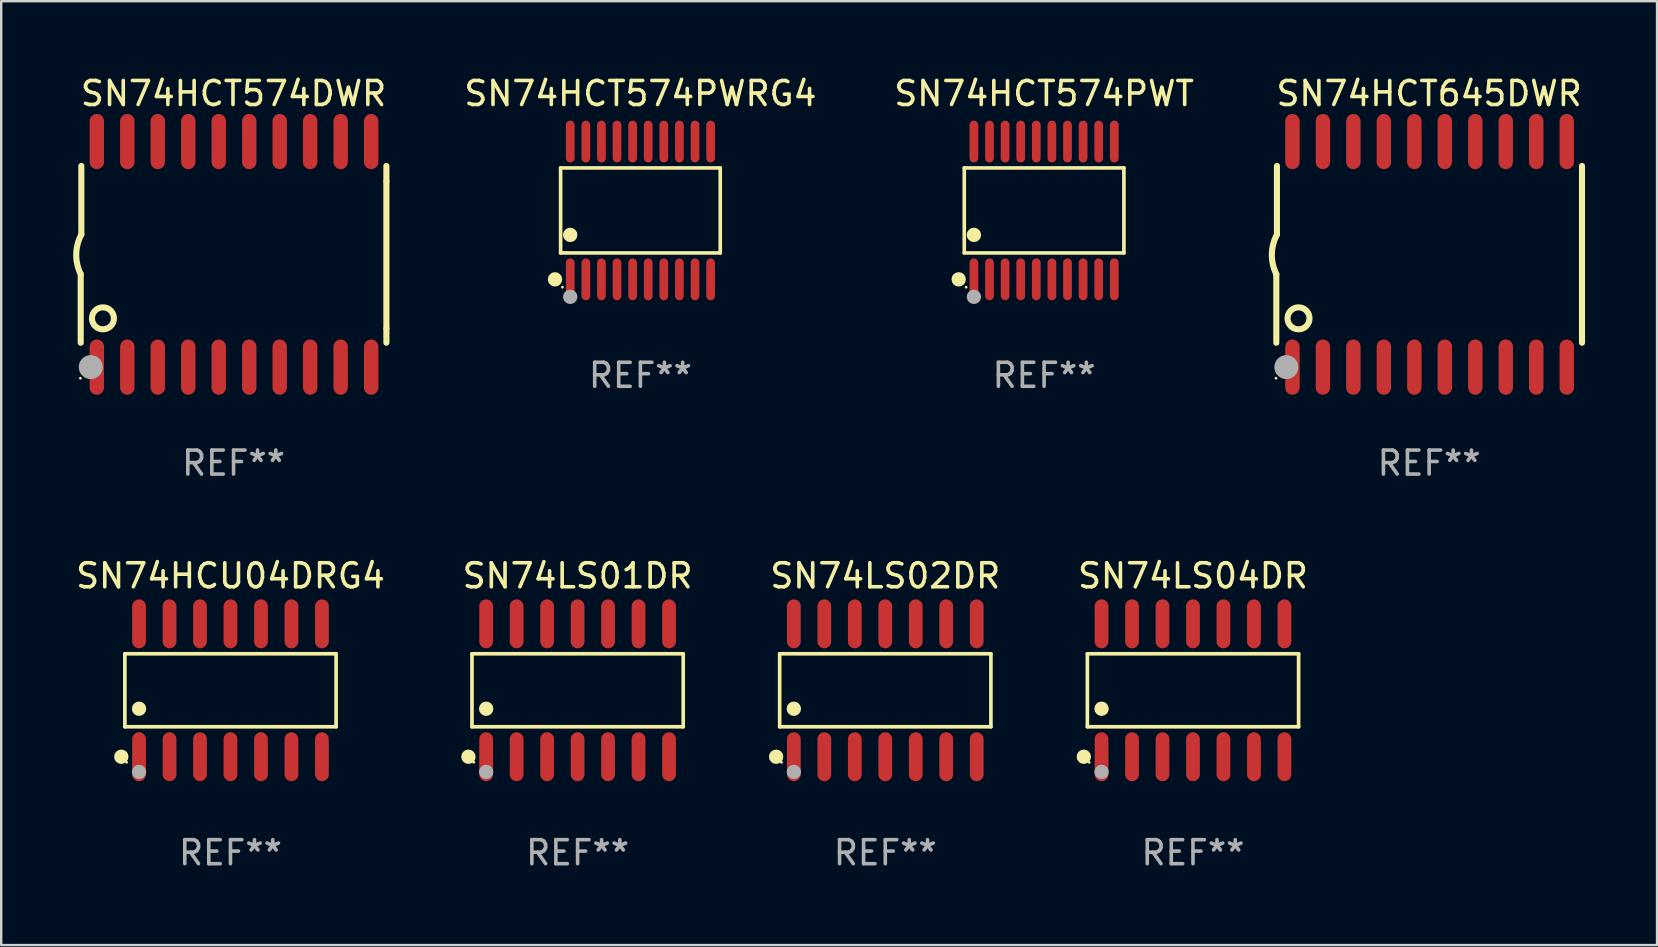
<source format=kicad_pcb>
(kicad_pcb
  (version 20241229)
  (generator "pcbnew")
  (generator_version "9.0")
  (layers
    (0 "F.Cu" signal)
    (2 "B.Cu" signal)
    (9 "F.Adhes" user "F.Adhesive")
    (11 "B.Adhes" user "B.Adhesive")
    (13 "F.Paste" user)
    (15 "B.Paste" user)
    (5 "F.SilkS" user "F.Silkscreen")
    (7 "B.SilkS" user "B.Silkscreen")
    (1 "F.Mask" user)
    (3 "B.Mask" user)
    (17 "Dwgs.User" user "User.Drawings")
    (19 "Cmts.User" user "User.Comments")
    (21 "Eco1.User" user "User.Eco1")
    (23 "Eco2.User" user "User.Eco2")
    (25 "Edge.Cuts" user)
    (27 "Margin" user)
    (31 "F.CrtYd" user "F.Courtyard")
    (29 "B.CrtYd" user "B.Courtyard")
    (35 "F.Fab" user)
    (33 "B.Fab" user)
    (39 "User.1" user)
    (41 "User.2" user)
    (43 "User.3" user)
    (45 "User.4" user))
  (footprint "SN74LS04DR"
    (layer "F.Cu")
    (at 46.661 25.714)
    (property "Reference" "SN74LS04DR" (at 0 -4.769 0) (layer "F.SilkS") (effects (font (size 1 1) (thickness 0.15))))
    (attr through_hole)
    (fp_line (start -4.401 -1.521) (end 4.401 -1.521) (stroke (width 0.152) (type solid)) (layer "F.SilkS"))
    (fp_line (start -4.401 1.521) (end -4.401 -1.521) (stroke (width 0.152) (type solid)) (layer "F.SilkS"))
    (fp_line (start 4.401 -1.521) (end 4.401 1.521) (stroke (width 0.152) (type solid)) (layer "F.SilkS"))
    (fp_line (start 4.401 1.521) (end -4.401 1.521) (stroke (width 0.152) (type solid)) (layer "F.SilkS"))
    (fp_circle (center -4.549 2.769) (end -4.399 2.769) (stroke (width 0.3) (type solid)) (fill no) (layer "F.SilkS"))
    (fp_circle (center -4.325 3) (end -4.295 3) (stroke (width 0.06) (type solid)) (fill no) (layer "F.SilkS"))
    (fp_circle (center -3.81 0.769) (end -3.66 0.769) (stroke (width 0.3) (type solid)) (fill no) (layer "F.SilkS"))
    (fp_circle (center -3.81 3.4) (end -3.66 3.4) (stroke (width 0.3) (type solid)) (fill no) (layer "F.Fab"))
    (fp_text user "REF**" (at 0 6.769 0) (layer "F.Fab") (effects (font (size 1 1) (thickness 0.15))))
    (pad "1" smd oval (at -3.81 2.769) (size 0.574 2.038) (layers "F.Cu" "F.Mask" "F.Paste"))
    (pad "2" smd oval (at -2.54 2.769) (size 0.574 2.038) (layers "F.Cu" "F.Mask" "F.Paste"))
    (pad "3" smd oval (at -1.27 2.769) (size 0.574 2.038) (layers "F.Cu" "F.Mask" "F.Paste"))
    (pad "4" smd oval (at 0 2.769) (size 0.574 2.038) (layers "F.Cu" "F.Mask" "F.Paste"))
    (pad "5" smd oval (at 1.27 2.769) (size 0.574 2.038) (layers "F.Cu" "F.Mask" "F.Paste"))
    (pad "6" smd oval (at 2.54 2.769) (size 0.574 2.038) (layers "F.Cu" "F.Mask" "F.Paste"))
    (pad "7" smd oval (at 3.81 2.769) (size 0.574 2.038) (layers "F.Cu" "F.Mask" "F.Paste"))
    (pad "8" smd oval (at 3.81 -2.769) (size 0.574 2.038) (layers "F.Cu" "F.Mask" "F.Paste"))
    (pad "9" smd oval (at 2.54 -2.769) (size 0.574 2.038) (layers "F.Cu" "F.Mask" "F.Paste"))
    (pad "10" smd oval (at 1.27 -2.769) (size 0.574 2.038) (layers "F.Cu" "F.Mask" "F.Paste"))
    (pad "11" smd oval (at 0 -2.769) (size 0.574 2.038) (layers "F.Cu" "F.Mask" "F.Paste"))
    (pad "12" smd oval (at -1.27 -2.769) (size 0.574 2.038) (layers "F.Cu" "F.Mask" "F.Paste"))
    (pad "13" smd oval (at -2.54 -2.769) (size 0.574 2.038) (layers "F.Cu" "F.Mask" "F.Paste"))
    (pad "14" smd oval (at -3.81 -2.769) (size 0.574 2.038) (layers "F.Cu" "F.Mask" "F.Paste")))
  (footprint "SN74HCT645DWR"
    (layer "F.Cu")
    (at 56.502 7.548)
    (property "Reference" "SN74HCT645DWR" (at 0 -6.7 0) (layer "F.SilkS") (effects (font (size 1 1) (thickness 0.15))))
    (attr through_hole)
    (fp_line (start -6.369 0.826) (end -6.369 3.683) (stroke (width 0.254) (type solid)) (layer "F.SilkS"))
    (fp_line (start -6.343 -0.825) (end -6.343 -3.683) (stroke (width 0.254) (type solid)) (layer "F.SilkS"))
    (fp_line (start 6.369 -3.048) (end 6.369 -3.683) (stroke (width 0.254) (type solid)) (layer "F.SilkS"))
    (fp_line (start 6.369 -3.048) (end 6.369 3.096) (stroke (width 0.254) (type solid)) (layer "F.SilkS"))
    (fp_line (start 6.369 3.096) (end 6.369 3.683) (stroke (width 0.254) (type solid)) (layer "F.SilkS"))
    (fp_arc (start -6.36853 0.825552) (mid -6.554743 -0.00301) (end -6.343129 -0.825451) (stroke (width 0.254001) (type solid)) (layer "F.SilkS"))
    (fp_circle (center -6.382 5.163) (end -6.352 5.163) (stroke (width 0.06) (type solid)) (fill no) (layer "F.SilkS"))
    (fp_circle (center -5.443 2.667) (end -4.985 2.667) (stroke (width 0.254) (type solid)) (fill no) (layer "F.SilkS"))
    (fp_circle (center -5.951 4.699) (end -5.701 4.699) (stroke (width 0.5) (type solid)) (fill no) (layer "F.Fab"))
    (fp_text user "REF**" (at 0 8.7 0) (layer "F.Fab") (effects (font (size 1 1) (thickness 0.15))))
    (pad "1" smd oval (at -5.697 4.7 180) (size 0.6 2.3) (layers "F.Cu" "F.Mask" "F.Paste"))
    (pad "2" smd oval (at -4.427 4.7 180) (size 0.6 2.3) (layers "F.Cu" "F.Mask" "F.Paste"))
    (pad "3" smd oval (at -3.157 4.7 180) (size 0.6 2.3) (layers "F.Cu" "F.Mask" "F.Paste"))
    (pad "4" smd oval (at -1.887 4.7 180) (size 0.6 2.3) (layers "F.Cu" "F.Mask" "F.Paste"))
    (pad "5" smd oval (at -0.617 4.7 180) (size 0.6 2.3) (layers "F.Cu" "F.Mask" "F.Paste"))
    (pad "6" smd oval (at 0.653 4.7 180) (size 0.6 2.3) (layers "F.Cu" "F.Mask" "F.Paste"))
    (pad "7" smd oval (at 1.923 4.7 180) (size 0.6 2.3) (layers "F.Cu" "F.Mask" "F.Paste"))
    (pad "8" smd oval (at 3.193 4.7 180) (size 0.6 2.3) (layers "F.Cu" "F.Mask" "F.Paste"))
    (pad "9" smd oval (at 4.463 4.7 180) (size 0.6 2.3) (layers "F.Cu" "F.Mask" "F.Paste"))
    (pad "10" smd oval (at 5.734 4.7 180) (size 0.6 2.3) (layers "F.Cu" "F.Mask" "F.Paste"))
    (pad "11" smd oval (at 5.734 -4.7 180) (size 0.6 2.3) (layers "F.Cu" "F.Mask" "F.Paste"))
    (pad "12" smd oval (at 4.463 -4.7 180) (size 0.6 2.3) (layers "F.Cu" "F.Mask" "F.Paste"))
    (pad "13" smd oval (at 3.193 -4.7 180) (size 0.6 2.3) (layers "F.Cu" "F.Mask" "F.Paste"))
    (pad "14" smd oval (at 1.923 -4.7 180) (size 0.6 2.3) (layers "F.Cu" "F.Mask" "F.Paste"))
    (pad "15" smd oval (at 0.653 -4.7 180) (size 0.6 2.3) (layers "F.Cu" "F.Mask" "F.Paste"))
    (pad "16" smd oval (at -0.617 -4.7 180) (size 0.6 2.3) (layers "F.Cu" "F.Mask" "F.Paste"))
    (pad "17" smd oval (at -1.887 -4.7 180) (size 0.6 2.3) (layers "F.Cu" "F.Mask" "F.Paste"))
    (pad "18" smd oval (at -3.157 -4.7 180) (size 0.6 2.3) (layers "F.Cu" "F.Mask" "F.Paste"))
    (pad "19" smd oval (at -4.427 -4.7 180) (size 0.6 2.3) (layers "F.Cu" "F.Mask" "F.Paste"))
    (pad "20" smd oval (at -5.697 -4.7 180) (size 0.6 2.3) (layers "F.Cu" "F.Mask" "F.Paste")))
  (footprint "SN74LS01DR"
    (layer "F.Cu")
    (at 21.018 25.714)
    (property "Reference" "SN74LS01DR" (at 0 -4.769 0) (layer "F.SilkS") (effects (font (size 1 1) (thickness 0.15))))
    (attr through_hole)
    (fp_line (start -4.401 -1.521) (end 4.401 -1.521) (stroke (width 0.152) (type solid)) (layer "F.SilkS"))
    (fp_line (start -4.401 1.521) (end -4.401 -1.521) (stroke (width 0.152) (type solid)) (layer "F.SilkS"))
    (fp_line (start 4.401 -1.521) (end 4.401 1.521) (stroke (width 0.152) (type solid)) (layer "F.SilkS"))
    (fp_line (start 4.401 1.521) (end -4.401 1.521) (stroke (width 0.152) (type solid)) (layer "F.SilkS"))
    (fp_circle (center -4.549 2.769) (end -4.399 2.769) (stroke (width 0.3) (type solid)) (fill no) (layer "F.SilkS"))
    (fp_circle (center -4.325 3) (end -4.295 3) (stroke (width 0.06) (type solid)) (fill no) (layer "F.SilkS"))
    (fp_circle (center -3.81 0.769) (end -3.66 0.769) (stroke (width 0.3) (type solid)) (fill no) (layer "F.SilkS"))
    (fp_circle (center -3.81 3.4) (end -3.66 3.4) (stroke (width 0.3) (type solid)) (fill no) (layer "F.Fab"))
    (fp_text user "REF**" (at 0 6.769 0) (layer "F.Fab") (effects (font (size 1 1) (thickness 0.15))))
    (pad "1" smd oval (at -3.81 2.769) (size 0.574 2.038) (layers "F.Cu" "F.Mask" "F.Paste"))
    (pad "2" smd oval (at -2.54 2.769) (size 0.574 2.038) (layers "F.Cu" "F.Mask" "F.Paste"))
    (pad "3" smd oval (at -1.27 2.769) (size 0.574 2.038) (layers "F.Cu" "F.Mask" "F.Paste"))
    (pad "4" smd oval (at 0 2.769) (size 0.574 2.038) (layers "F.Cu" "F.Mask" "F.Paste"))
    (pad "5" smd oval (at 1.27 2.769) (size 0.574 2.038) (layers "F.Cu" "F.Mask" "F.Paste"))
    (pad "6" smd oval (at 2.54 2.769) (size 0.574 2.038) (layers "F.Cu" "F.Mask" "F.Paste"))
    (pad "7" smd oval (at 3.81 2.769) (size 0.574 2.038) (layers "F.Cu" "F.Mask" "F.Paste"))
    (pad "8" smd oval (at 3.81 -2.769) (size 0.574 2.038) (layers "F.Cu" "F.Mask" "F.Paste"))
    (pad "9" smd oval (at 2.54 -2.769) (size 0.574 2.038) (layers "F.Cu" "F.Mask" "F.Paste"))
    (pad "10" smd oval (at 1.27 -2.769) (size 0.574 2.038) (layers "F.Cu" "F.Mask" "F.Paste"))
    (pad "11" smd oval (at 0 -2.769) (size 0.574 2.038) (layers "F.Cu" "F.Mask" "F.Paste"))
    (pad "12" smd oval (at -1.27 -2.769) (size 0.574 2.038) (layers "F.Cu" "F.Mask" "F.Paste"))
    (pad "13" smd oval (at -2.54 -2.769) (size 0.574 2.038) (layers "F.Cu" "F.Mask" "F.Paste"))
    (pad "14" smd oval (at -3.81 -2.769) (size 0.574 2.038) (layers "F.Cu" "F.Mask" "F.Paste")))
  (footprint "SN74HCT574PWRG4"
    (layer "F.Cu")
    (at 23.636 5.719)
    (property "Reference" "SN74HCT574PWRG4" (at 0 -4.871 0) (layer "F.SilkS") (effects (font (size 1 1) (thickness 0.15))))
    (attr through_hole)
    (fp_line (start -3.326 -1.771) (end 3.326 -1.771) (stroke (width 0.152) (type solid)) (layer "F.SilkS"))
    (fp_line (start -3.326 1.771) (end -3.326 -1.771) (stroke (width 0.152) (type solid)) (layer "F.SilkS"))
    (fp_line (start 3.326 -1.771) (end 3.326 1.771) (stroke (width 0.152) (type solid)) (layer "F.SilkS"))
    (fp_line (start 3.326 1.771) (end -3.326 1.771) (stroke (width 0.152) (type solid)) (layer "F.SilkS"))
    (fp_circle (center -3.559 2.871) (end -3.409 2.871) (stroke (width 0.3) (type solid)) (fill no) (layer "F.SilkS"))
    (fp_circle (center -3.25 3.2) (end -3.22 3.2) (stroke (width 0.06) (type solid)) (fill no) (layer "F.SilkS"))
    (fp_circle (center -2.925 1.019) (end -2.775 1.019) (stroke (width 0.3) (type solid)) (fill no) (layer "F.SilkS"))
    (fp_circle (center -2.925 3.6) (end -2.775 3.6) (stroke (width 0.3) (type solid)) (fill no) (layer "F.Fab"))
    (fp_text user "REF**" (at 0 6.871 0) (layer "F.Fab") (effects (font (size 1 1) (thickness 0.15))))
    (pad "1" smd oval (at -2.925 2.871) (size 0.364 1.742) (layers "F.Cu" "F.Mask" "F.Paste"))
    (pad "2" smd oval (at -2.275 2.871) (size 0.364 1.742) (layers "F.Cu" "F.Mask" "F.Paste"))
    (pad "3" smd oval (at -1.625 2.871) (size 0.364 1.742) (layers "F.Cu" "F.Mask" "F.Paste"))
    (pad "4" smd oval (at -0.975 2.871) (size 0.364 1.742) (layers "F.Cu" "F.Mask" "F.Paste"))
    (pad "5" smd oval (at -0.325 2.871) (size 0.364 1.742) (layers "F.Cu" "F.Mask" "F.Paste"))
    (pad "6" smd oval (at 0.325 2.871) (size 0.364 1.742) (layers "F.Cu" "F.Mask" "F.Paste"))
    (pad "7" smd oval (at 0.975 2.871) (size 0.364 1.742) (layers "F.Cu" "F.Mask" "F.Paste"))
    (pad "8" smd oval (at 1.625 2.871) (size 0.364 1.742) (layers "F.Cu" "F.Mask" "F.Paste"))
    (pad "9" smd oval (at 2.275 2.871) (size 0.364 1.742) (layers "F.Cu" "F.Mask" "F.Paste"))
    (pad "10" smd oval (at 2.925 2.871) (size 0.364 1.742) (layers "F.Cu" "F.Mask" "F.Paste"))
    (pad "11" smd oval (at 2.925 -2.871) (size 0.364 1.742) (layers "F.Cu" "F.Mask" "F.Paste"))
    (pad "12" smd oval (at 2.275 -2.871) (size 0.364 1.742) (layers "F.Cu" "F.Mask" "F.Paste"))
    (pad "13" smd oval (at 1.625 -2.871) (size 0.364 1.742) (layers "F.Cu" "F.Mask" "F.Paste"))
    (pad "14" smd oval (at 0.975 -2.871) (size 0.364 1.742) (layers "F.Cu" "F.Mask" "F.Paste"))
    (pad "15" smd oval (at 0.325 -2.871) (size 0.364 1.742) (layers "F.Cu" "F.Mask" "F.Paste"))
    (pad "16" smd oval (at -0.325 -2.871) (size 0.364 1.742) (layers "F.Cu" "F.Mask" "F.Paste"))
    (pad "17" smd oval (at -0.975 -2.871) (size 0.364 1.742) (layers "F.Cu" "F.Mask" "F.Paste"))
    (pad "18" smd oval (at -1.625 -2.871) (size 0.364 1.742) (layers "F.Cu" "F.Mask" "F.Paste"))
    (pad "19" smd oval (at -2.275 -2.871) (size 0.364 1.742) (layers "F.Cu" "F.Mask" "F.Paste"))
    (pad "20" smd oval (at -2.925 -2.871) (size 0.364 1.742) (layers "F.Cu" "F.Mask" "F.Paste")))
  (footprint "SN74HCT574DWR"
    (layer "F.Cu")
    (at 6.682 7.548)
    (property "Reference" "SN74HCT574DWR" (at 0 -6.7 0) (layer "F.SilkS") (effects (font (size 1 1) (thickness 0.15))))
    (attr through_hole)
    (fp_line (start -6.369 0.826) (end -6.369 3.683) (stroke (width 0.254) (type solid)) (layer "F.SilkS"))
    (fp_line (start -6.343 -0.825) (end -6.343 -3.683) (stroke (width 0.254) (type solid)) (layer "F.SilkS"))
    (fp_line (start 6.369 -3.048) (end 6.369 -3.683) (stroke (width 0.254) (type solid)) (layer "F.SilkS"))
    (fp_line (start 6.369 -3.048) (end 6.369 3.096) (stroke (width 0.254) (type solid)) (layer "F.SilkS"))
    (fp_line (start 6.369 3.096) (end 6.369 3.683) (stroke (width 0.254) (type solid)) (layer "F.SilkS"))
    (fp_arc (start -6.36853 0.825552) (mid -6.554743 -0.00301) (end -6.343129 -0.825451) (stroke (width 0.254001) (type solid)) (layer "F.SilkS"))
    (fp_circle (center -6.382 5.163) (end -6.352 5.163) (stroke (width 0.06) (type solid)) (fill no) (layer "F.SilkS"))
    (fp_circle (center -5.443 2.667) (end -4.985 2.667) (stroke (width 0.254) (type solid)) (fill no) (layer "F.SilkS"))
    (fp_circle (center -5.951 4.699) (end -5.701 4.699) (stroke (width 0.5) (type solid)) (fill no) (layer "F.Fab"))
    (fp_text user "REF**" (at 0 8.7 0) (layer "F.Fab") (effects (font (size 1 1) (thickness 0.15))))
    (pad "1" smd oval (at -5.697 4.7 180) (size 0.6 2.3) (layers "F.Cu" "F.Mask" "F.Paste"))
    (pad "2" smd oval (at -4.427 4.7 180) (size 0.6 2.3) (layers "F.Cu" "F.Mask" "F.Paste"))
    (pad "3" smd oval (at -3.157 4.7 180) (size 0.6 2.3) (layers "F.Cu" "F.Mask" "F.Paste"))
    (pad "4" smd oval (at -1.887 4.7 180) (size 0.6 2.3) (layers "F.Cu" "F.Mask" "F.Paste"))
    (pad "5" smd oval (at -0.617 4.7 180) (size 0.6 2.3) (layers "F.Cu" "F.Mask" "F.Paste"))
    (pad "6" smd oval (at 0.653 4.7 180) (size 0.6 2.3) (layers "F.Cu" "F.Mask" "F.Paste"))
    (pad "7" smd oval (at 1.923 4.7 180) (size 0.6 2.3) (layers "F.Cu" "F.Mask" "F.Paste"))
    (pad "8" smd oval (at 3.193 4.7 180) (size 0.6 2.3) (layers "F.Cu" "F.Mask" "F.Paste"))
    (pad "9" smd oval (at 4.463 4.7 180) (size 0.6 2.3) (layers "F.Cu" "F.Mask" "F.Paste"))
    (pad "10" smd oval (at 5.734 4.7 180) (size 0.6 2.3) (layers "F.Cu" "F.Mask" "F.Paste"))
    (pad "11" smd oval (at 5.734 -4.7 180) (size 0.6 2.3) (layers "F.Cu" "F.Mask" "F.Paste"))
    (pad "12" smd oval (at 4.463 -4.7 180) (size 0.6 2.3) (layers "F.Cu" "F.Mask" "F.Paste"))
    (pad "13" smd oval (at 3.193 -4.7 180) (size 0.6 2.3) (layers "F.Cu" "F.Mask" "F.Paste"))
    (pad "14" smd oval (at 1.923 -4.7 180) (size 0.6 2.3) (layers "F.Cu" "F.Mask" "F.Paste"))
    (pad "15" smd oval (at 0.653 -4.7 180) (size 0.6 2.3) (layers "F.Cu" "F.Mask" "F.Paste"))
    (pad "16" smd oval (at -0.617 -4.7 180) (size 0.6 2.3) (layers "F.Cu" "F.Mask" "F.Paste"))
    (pad "17" smd oval (at -1.887 -4.7 180) (size 0.6 2.3) (layers "F.Cu" "F.Mask" "F.Paste"))
    (pad "18" smd oval (at -3.157 -4.7 180) (size 0.6 2.3) (layers "F.Cu" "F.Mask" "F.Paste"))
    (pad "19" smd oval (at -4.427 -4.7 180) (size 0.6 2.3) (layers "F.Cu" "F.Mask" "F.Paste"))
    (pad "20" smd oval (at -5.697 -4.7 180) (size 0.6 2.3) (layers "F.Cu" "F.Mask" "F.Paste")))
  (footprint "SN74LS02DR"
    (layer "F.Cu")
    (at 33.839 25.714)
    (property "Reference" "SN74LS02DR" (at 0 -4.769 0) (layer "F.SilkS") (effects (font (size 1 1) (thickness 0.15))))
    (attr through_hole)
    (fp_line (start -4.401 -1.521) (end 4.401 -1.521) (stroke (width 0.152) (type solid)) (layer "F.SilkS"))
    (fp_line (start -4.401 1.521) (end -4.401 -1.521) (stroke (width 0.152) (type solid)) (layer "F.SilkS"))
    (fp_line (start 4.401 -1.521) (end 4.401 1.521) (stroke (width 0.152) (type solid)) (layer "F.SilkS"))
    (fp_line (start 4.401 1.521) (end -4.401 1.521) (stroke (width 0.152) (type solid)) (layer "F.SilkS"))
    (fp_circle (center -4.549 2.769) (end -4.399 2.769) (stroke (width 0.3) (type solid)) (fill no) (layer "F.SilkS"))
    (fp_circle (center -4.325 3) (end -4.295 3) (stroke (width 0.06) (type solid)) (fill no) (layer "F.SilkS"))
    (fp_circle (center -3.81 0.769) (end -3.66 0.769) (stroke (width 0.3) (type solid)) (fill no) (layer "F.SilkS"))
    (fp_circle (center -3.81 3.4) (end -3.66 3.4) (stroke (width 0.3) (type solid)) (fill no) (layer "F.Fab"))
    (fp_text user "REF**" (at 0 6.769 0) (layer "F.Fab") (effects (font (size 1 1) (thickness 0.15))))
    (pad "1" smd oval (at -3.81 2.769) (size 0.574 2.038) (layers "F.Cu" "F.Mask" "F.Paste"))
    (pad "2" smd oval (at -2.54 2.769) (size 0.574 2.038) (layers "F.Cu" "F.Mask" "F.Paste"))
    (pad "3" smd oval (at -1.27 2.769) (size 0.574 2.038) (layers "F.Cu" "F.Mask" "F.Paste"))
    (pad "4" smd oval (at 0 2.769) (size 0.574 2.038) (layers "F.Cu" "F.Mask" "F.Paste"))
    (pad "5" smd oval (at 1.27 2.769) (size 0.574 2.038) (layers "F.Cu" "F.Mask" "F.Paste"))
    (pad "6" smd oval (at 2.54 2.769) (size 0.574 2.038) (layers "F.Cu" "F.Mask" "F.Paste"))
    (pad "7" smd oval (at 3.81 2.769) (size 0.574 2.038) (layers "F.Cu" "F.Mask" "F.Paste"))
    (pad "8" smd oval (at 3.81 -2.769) (size 0.574 2.038) (layers "F.Cu" "F.Mask" "F.Paste"))
    (pad "9" smd oval (at 2.54 -2.769) (size 0.574 2.038) (layers "F.Cu" "F.Mask" "F.Paste"))
    (pad "10" smd oval (at 1.27 -2.769) (size 0.574 2.038) (layers "F.Cu" "F.Mask" "F.Paste"))
    (pad "11" smd oval (at 0 -2.769) (size 0.574 2.038) (layers "F.Cu" "F.Mask" "F.Paste"))
    (pad "12" smd oval (at -1.27 -2.769) (size 0.574 2.038) (layers "F.Cu" "F.Mask" "F.Paste"))
    (pad "13" smd oval (at -2.54 -2.769) (size 0.574 2.038) (layers "F.Cu" "F.Mask" "F.Paste"))
    (pad "14" smd oval (at -3.81 -2.769) (size 0.574 2.038) (layers "F.Cu" "F.Mask" "F.Paste")))
  (footprint "SN74HCT574PWT"
    (layer "F.Cu")
    (at 40.457 5.719)
    (property "Reference" "SN74HCT574PWT" (at 0 -4.871 0) (layer "F.SilkS") (effects (font (size 1 1) (thickness 0.15))))
    (attr through_hole)
    (fp_line (start -3.326 -1.771) (end 3.326 -1.771) (stroke (width 0.152) (type solid)) (layer "F.SilkS"))
    (fp_line (start -3.326 1.771) (end -3.326 -1.771) (stroke (width 0.152) (type solid)) (layer "F.SilkS"))
    (fp_line (start 3.326 -1.771) (end 3.326 1.771) (stroke (width 0.152) (type solid)) (layer "F.SilkS"))
    (fp_line (start 3.326 1.771) (end -3.326 1.771) (stroke (width 0.152) (type solid)) (layer "F.SilkS"))
    (fp_circle (center -3.559 2.871) (end -3.409 2.871) (stroke (width 0.3) (type solid)) (fill no) (layer "F.SilkS"))
    (fp_circle (center -3.25 3.2) (end -3.22 3.2) (stroke (width 0.06) (type solid)) (fill no) (layer "F.SilkS"))
    (fp_circle (center -2.925 1.019) (end -2.775 1.019) (stroke (width 0.3) (type solid)) (fill no) (layer "F.SilkS"))
    (fp_circle (center -2.925 3.6) (end -2.775 3.6) (stroke (width 0.3) (type solid)) (fill no) (layer "F.Fab"))
    (fp_text user "REF**" (at 0 6.871 0) (layer "F.Fab") (effects (font (size 1 1) (thickness 0.15))))
    (pad "1" smd oval (at -2.925 2.871) (size 0.364 1.742) (layers "F.Cu" "F.Mask" "F.Paste"))
    (pad "2" smd oval (at -2.275 2.871) (size 0.364 1.742) (layers "F.Cu" "F.Mask" "F.Paste"))
    (pad "3" smd oval (at -1.625 2.871) (size 0.364 1.742) (layers "F.Cu" "F.Mask" "F.Paste"))
    (pad "4" smd oval (at -0.975 2.871) (size 0.364 1.742) (layers "F.Cu" "F.Mask" "F.Paste"))
    (pad "5" smd oval (at -0.325 2.871) (size 0.364 1.742) (layers "F.Cu" "F.Mask" "F.Paste"))
    (pad "6" smd oval (at 0.325 2.871) (size 0.364 1.742) (layers "F.Cu" "F.Mask" "F.Paste"))
    (pad "7" smd oval (at 0.975 2.871) (size 0.364 1.742) (layers "F.Cu" "F.Mask" "F.Paste"))
    (pad "8" smd oval (at 1.625 2.871) (size 0.364 1.742) (layers "F.Cu" "F.Mask" "F.Paste"))
    (pad "9" smd oval (at 2.275 2.871) (size 0.364 1.742) (layers "F.Cu" "F.Mask" "F.Paste"))
    (pad "10" smd oval (at 2.925 2.871) (size 0.364 1.742) (layers "F.Cu" "F.Mask" "F.Paste"))
    (pad "11" smd oval (at 2.925 -2.871) (size 0.364 1.742) (layers "F.Cu" "F.Mask" "F.Paste"))
    (pad "12" smd oval (at 2.275 -2.871) (size 0.364 1.742) (layers "F.Cu" "F.Mask" "F.Paste"))
    (pad "13" smd oval (at 1.625 -2.871) (size 0.364 1.742) (layers "F.Cu" "F.Mask" "F.Paste"))
    (pad "14" smd oval (at 0.975 -2.871) (size 0.364 1.742) (layers "F.Cu" "F.Mask" "F.Paste"))
    (pad "15" smd oval (at 0.325 -2.871) (size 0.364 1.742) (layers "F.Cu" "F.Mask" "F.Paste"))
    (pad "16" smd oval (at -0.325 -2.871) (size 0.364 1.742) (layers "F.Cu" "F.Mask" "F.Paste"))
    (pad "17" smd oval (at -0.975 -2.871) (size 0.364 1.742) (layers "F.Cu" "F.Mask" "F.Paste"))
    (pad "18" smd oval (at -1.625 -2.871) (size 0.364 1.742) (layers "F.Cu" "F.Mask" "F.Paste"))
    (pad "19" smd oval (at -2.275 -2.871) (size 0.364 1.742) (layers "F.Cu" "F.Mask" "F.Paste"))
    (pad "20" smd oval (at -2.925 -2.871) (size 0.364 1.742) (layers "F.Cu" "F.Mask" "F.Paste")))
  (footprint "SN74HCU04DRG4"
    (layer "F.Cu")
    (at 6.554 25.714)
    (property "Reference" "SN74HCU04DRG4" (at 0 -4.769 0) (layer "F.SilkS") (effects (font (size 1 1) (thickness 0.15))))
    (attr through_hole)
    (fp_line (start -4.401 -1.521) (end 4.401 -1.521) (stroke (width 0.152) (type solid)) (layer "F.SilkS"))
    (fp_line (start -4.401 1.521) (end -4.401 -1.521) (stroke (width 0.152) (type solid)) (layer "F.SilkS"))
    (fp_line (start 4.401 -1.521) (end 4.401 1.521) (stroke (width 0.152) (type solid)) (layer "F.SilkS"))
    (fp_line (start 4.401 1.521) (end -4.401 1.521) (stroke (width 0.152) (type solid)) (layer "F.SilkS"))
    (fp_circle (center -4.549 2.769) (end -4.399 2.769) (stroke (width 0.3) (type solid)) (fill no) (layer "F.SilkS"))
    (fp_circle (center -4.325 3) (end -4.295 3) (stroke (width 0.06) (type solid)) (fill no) (layer "F.SilkS"))
    (fp_circle (center -3.81 0.769) (end -3.66 0.769) (stroke (width 0.3) (type solid)) (fill no) (layer "F.SilkS"))
    (fp_circle (center -3.81 3.4) (end -3.66 3.4) (stroke (width 0.3) (type solid)) (fill no) (layer "F.Fab"))
    (fp_text user "REF**" (at 0 6.769 0) (layer "F.Fab") (effects (font (size 1 1) (thickness 0.15))))
    (pad "1" smd oval (at -3.81 2.769) (size 0.574 2.038) (layers "F.Cu" "F.Mask" "F.Paste"))
    (pad "2" smd oval (at -2.54 2.769) (size 0.574 2.038) (layers "F.Cu" "F.Mask" "F.Paste"))
    (pad "3" smd oval (at -1.27 2.769) (size 0.574 2.038) (layers "F.Cu" "F.Mask" "F.Paste"))
    (pad "4" smd oval (at 0 2.769) (size 0.574 2.038) (layers "F.Cu" "F.Mask" "F.Paste"))
    (pad "5" smd oval (at 1.27 2.769) (size 0.574 2.038) (layers "F.Cu" "F.Mask" "F.Paste"))
    (pad "6" smd oval (at 2.54 2.769) (size 0.574 2.038) (layers "F.Cu" "F.Mask" "F.Paste"))
    (pad "7" smd oval (at 3.81 2.769) (size 0.574 2.038) (layers "F.Cu" "F.Mask" "F.Paste"))
    (pad "8" smd oval (at 3.81 -2.769) (size 0.574 2.038) (layers "F.Cu" "F.Mask" "F.Paste"))
    (pad "9" smd oval (at 2.54 -2.769) (size 0.574 2.038) (layers "F.Cu" "F.Mask" "F.Paste"))
    (pad "10" smd oval (at 1.27 -2.769) (size 0.574 2.038) (layers "F.Cu" "F.Mask" "F.Paste"))
    (pad "11" smd oval (at 0 -2.769) (size 0.574 2.038) (layers "F.Cu" "F.Mask" "F.Paste"))
    (pad "12" smd oval (at -1.27 -2.769) (size 0.574 2.038) (layers "F.Cu" "F.Mask" "F.Paste"))
    (pad "13" smd oval (at -2.54 -2.769) (size 0.574 2.038) (layers "F.Cu" "F.Mask" "F.Paste"))
    (pad "14" smd oval (at -3.81 -2.769) (size 0.574 2.038) (layers "F.Cu" "F.Mask" "F.Paste")))
  (gr_rect
    (start -3 -3)
    (end 65.998 36.331)
    (stroke (width 0.1) (type default))
    (fill no)
    (layer "Edge.Cuts")))
</source>
